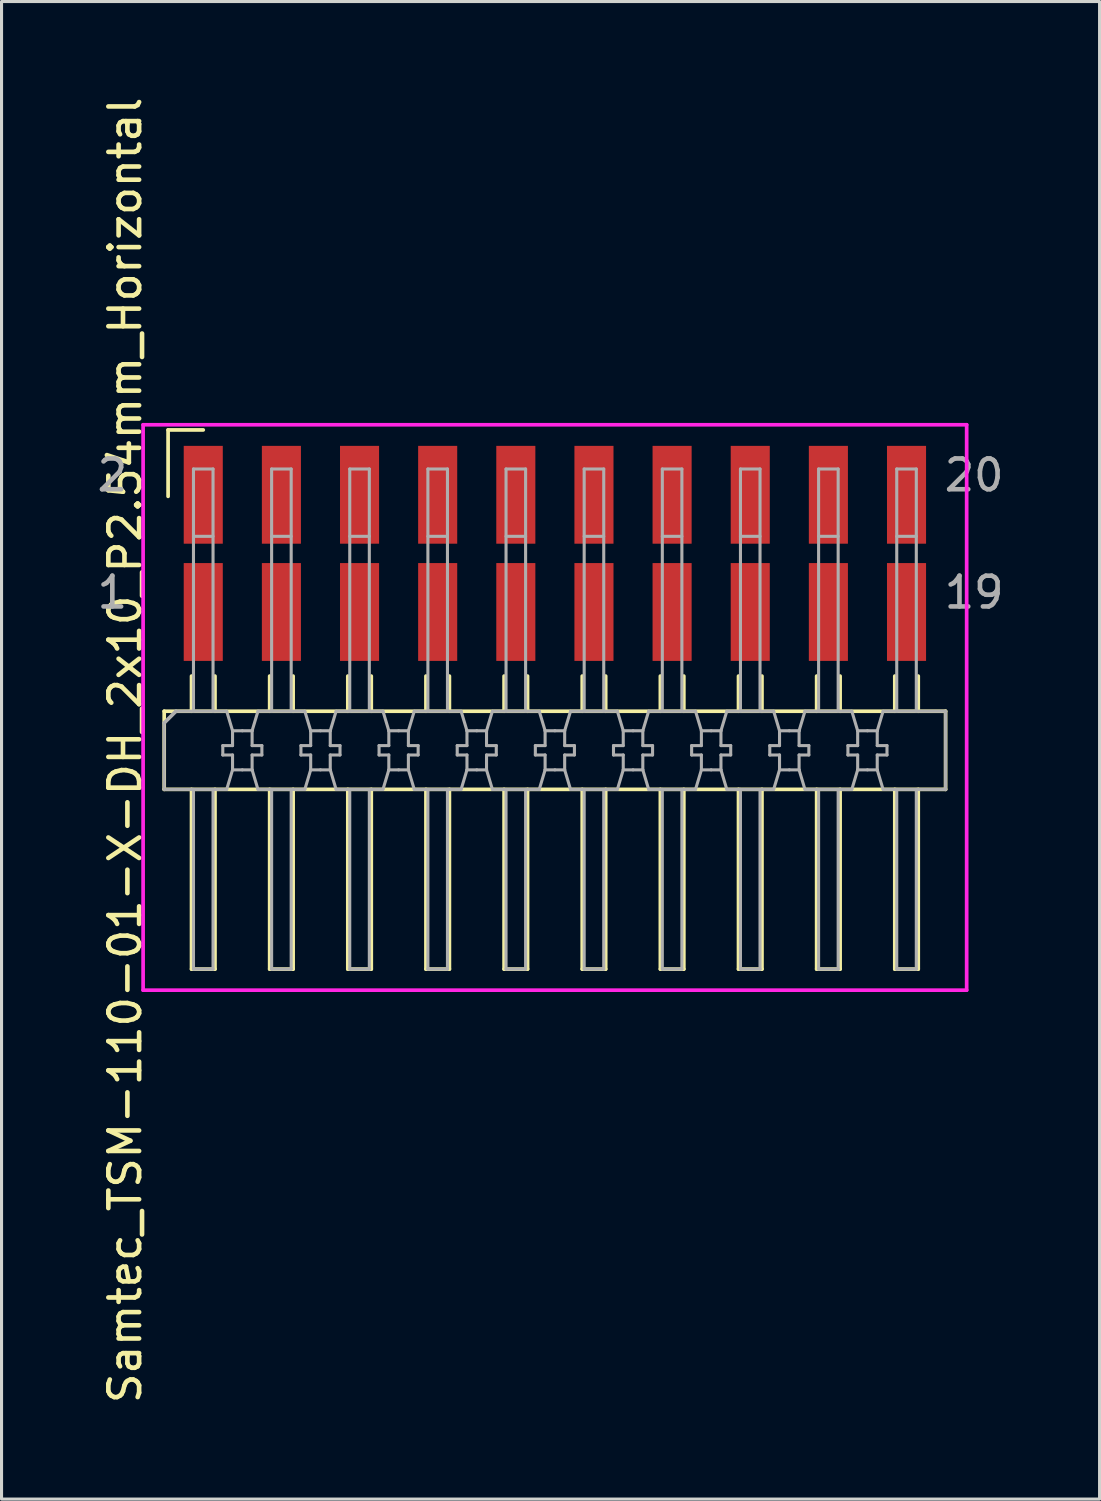
<source format=kicad_pcb>
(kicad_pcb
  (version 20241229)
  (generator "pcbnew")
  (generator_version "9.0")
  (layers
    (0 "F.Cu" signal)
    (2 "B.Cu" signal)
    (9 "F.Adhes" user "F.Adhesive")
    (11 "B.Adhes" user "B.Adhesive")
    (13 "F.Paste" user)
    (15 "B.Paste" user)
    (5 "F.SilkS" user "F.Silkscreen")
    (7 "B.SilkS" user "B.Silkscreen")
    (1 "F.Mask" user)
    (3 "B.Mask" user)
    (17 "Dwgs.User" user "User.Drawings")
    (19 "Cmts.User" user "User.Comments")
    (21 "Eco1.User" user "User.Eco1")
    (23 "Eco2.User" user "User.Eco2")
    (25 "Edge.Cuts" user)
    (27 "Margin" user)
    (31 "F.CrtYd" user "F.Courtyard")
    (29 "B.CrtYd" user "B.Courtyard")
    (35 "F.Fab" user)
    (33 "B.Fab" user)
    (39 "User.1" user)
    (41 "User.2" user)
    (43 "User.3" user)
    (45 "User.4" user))
  (footprint "Samtec_TSM-110-01-X-DH_2x10_P2.54mm_Horizontal"
    (layer "F.Cu")
    (at 14.987 21.339)
    (property "Reference" "Samtec_TSM-110-01-X-DH_2x10_P2.54mm_Horizontal" (at -13.97 0 90) (layer "F.SilkS") (effects (font (size 1 1) (thickness 0.15))))
    (attr through_hole)
    (fp_poly (pts (xy -12.116 -9.947) (xy -10.744 -9.947) (xy -10.744 -6.665) (xy -12.116 -6.665)) (stroke (width 0.01) (type solid)) (fill yes) (layer "F.Mask"))
    (fp_poly (pts (xy -12.116 -6.137) (xy -10.744 -6.137) (xy -10.744 -2.855) (xy -12.116 -2.855)) (stroke (width 0.01) (type solid)) (fill yes) (layer "F.Mask"))
    (fp_poly (pts (xy -9.576 -9.947) (xy -8.204 -9.947) (xy -8.204 -6.665) (xy -9.576 -6.665)) (stroke (width 0.01) (type solid)) (fill yes) (layer "F.Mask"))
    (fp_poly (pts (xy -9.576 -6.137) (xy -8.204 -6.137) (xy -8.204 -2.855) (xy -9.576 -2.855)) (stroke (width 0.01) (type solid)) (fill yes) (layer "F.Mask"))
    (fp_poly (pts (xy -7.036 -9.947) (xy -5.664 -9.947) (xy -5.664 -6.665) (xy -7.036 -6.665)) (stroke (width 0.01) (type solid)) (fill yes) (layer "F.Mask"))
    (fp_poly (pts (xy -7.036 -6.137) (xy -5.664 -6.137) (xy -5.664 -2.855) (xy -7.036 -2.855)) (stroke (width 0.01) (type solid)) (fill yes) (layer "F.Mask"))
    (fp_poly (pts (xy -4.496 -9.947) (xy -3.124 -9.947) (xy -3.124 -6.665) (xy -4.496 -6.665)) (stroke (width 0.01) (type solid)) (fill yes) (layer "F.Mask"))
    (fp_poly (pts (xy -4.496 -6.137) (xy -3.124 -6.137) (xy -3.124 -2.855) (xy -4.496 -2.855)) (stroke (width 0.01) (type solid)) (fill yes) (layer "F.Mask"))
    (fp_poly (pts (xy -1.956 -9.947) (xy -0.584 -9.947) (xy -0.584 -6.665) (xy -1.956 -6.665)) (stroke (width 0.01) (type solid)) (fill yes) (layer "F.Mask"))
    (fp_poly (pts (xy -1.956 -6.137) (xy -0.584 -6.137) (xy -0.584 -2.855) (xy -1.956 -2.855)) (stroke (width 0.01) (type solid)) (fill yes) (layer "F.Mask"))
    (fp_poly (pts (xy 0.584 -9.947) (xy 1.956 -9.947) (xy 1.956 -6.665) (xy 0.584 -6.665)) (stroke (width 0.01) (type solid)) (fill yes) (layer "F.Mask"))
    (fp_poly (pts (xy 0.584 -6.137) (xy 1.956 -6.137) (xy 1.956 -2.855) (xy 0.584 -2.855)) (stroke (width 0.01) (type solid)) (fill yes) (layer "F.Mask"))
    (fp_poly (pts (xy 3.124 -9.947) (xy 4.496 -9.947) (xy 4.496 -6.665) (xy 3.124 -6.665)) (stroke (width 0.01) (type solid)) (fill yes) (layer "F.Mask"))
    (fp_poly (pts (xy 3.124 -6.137) (xy 4.496 -6.137) (xy 4.496 -2.855) (xy 3.124 -2.855)) (stroke (width 0.01) (type solid)) (fill yes) (layer "F.Mask"))
    (fp_poly (pts (xy 5.664 -9.947) (xy 7.036 -9.947) (xy 7.036 -6.665) (xy 5.664 -6.665)) (stroke (width 0.01) (type solid)) (fill yes) (layer "F.Mask"))
    (fp_poly (pts (xy 5.664 -6.137) (xy 7.036 -6.137) (xy 7.036 -2.855) (xy 5.664 -2.855)) (stroke (width 0.01) (type solid)) (fill yes) (layer "F.Mask"))
    (fp_poly (pts (xy 8.204 -9.947) (xy 9.576 -9.947) (xy 9.576 -6.665) (xy 8.204 -6.665)) (stroke (width 0.01) (type solid)) (fill yes) (layer "F.Mask"))
    (fp_poly (pts (xy 8.204 -6.137) (xy 9.576 -6.137) (xy 9.576 -2.855) (xy 8.204 -2.855)) (stroke (width 0.01) (type solid)) (fill yes) (layer "F.Mask"))
    (fp_poly (pts (xy 10.744 -9.947) (xy 12.116 -9.947) (xy 12.116 -6.665) (xy 10.744 -6.665)) (stroke (width 0.01) (type solid)) (fill yes) (layer "F.Mask"))
    (fp_poly (pts (xy 10.744 -6.137) (xy 12.116 -6.137) (xy 12.116 -2.855) (xy 10.744 -2.855)) (stroke (width 0.01) (type solid)) (fill yes) (layer "F.Mask"))
    (fp_line (start -12.7 -1.27) (end 12.7 -1.27) (stroke (width 0.12) (type solid)) (layer "F.SilkS"))
    (fp_line (start -12.7 1.27) (end -12.7 -1.27) (stroke (width 0.12) (type solid)) (layer "F.SilkS"))
    (fp_line (start -12.573 -10.414) (end -12.573 -8.255) (stroke (width 0.12) (type solid)) (layer "F.SilkS"))
    (fp_line (start -11.811 -1.27) (end -11.811 -2.413) (stroke (width 0.12) (type solid)) (layer "F.SilkS"))
    (fp_line (start -11.811 1.27) (end -11.811 7.112) (stroke (width 0.12) (type solid)) (layer "F.SilkS"))
    (fp_line (start -11.811 7.112) (end -11.049 7.112) (stroke (width 0.12) (type solid)) (layer "F.SilkS"))
    (fp_line (start -11.43 -10.414) (end -12.573 -10.414) (stroke (width 0.12) (type solid)) (layer "F.SilkS"))
    (fp_line (start -11.049 -1.27) (end -11.049 -2.413) (stroke (width 0.12) (type solid)) (layer "F.SilkS"))
    (fp_line (start -11.049 7.112) (end -11.049 1.27) (stroke (width 0.12) (type solid)) (layer "F.SilkS"))
    (fp_line (start -9.271 -1.27) (end -9.271 -2.413) (stroke (width 0.12) (type solid)) (layer "F.SilkS"))
    (fp_line (start -9.271 1.27) (end -9.271 7.112) (stroke (width 0.12) (type solid)) (layer "F.SilkS"))
    (fp_line (start -9.271 7.112) (end -8.509 7.112) (stroke (width 0.12) (type solid)) (layer "F.SilkS"))
    (fp_line (start -8.509 -1.27) (end -8.509 -2.413) (stroke (width 0.12) (type solid)) (layer "F.SilkS"))
    (fp_line (start -8.509 7.112) (end -8.509 1.27) (stroke (width 0.12) (type solid)) (layer "F.SilkS"))
    (fp_line (start -6.731 -1.27) (end -6.731 -2.413) (stroke (width 0.12) (type solid)) (layer "F.SilkS"))
    (fp_line (start -6.731 1.27) (end -6.731 7.112) (stroke (width 0.12) (type solid)) (layer "F.SilkS"))
    (fp_line (start -6.731 7.112) (end -5.969 7.112) (stroke (width 0.12) (type solid)) (layer "F.SilkS"))
    (fp_line (start -5.969 -1.27) (end -5.969 -2.413) (stroke (width 0.12) (type solid)) (layer "F.SilkS"))
    (fp_line (start -5.969 7.112) (end -5.969 1.27) (stroke (width 0.12) (type solid)) (layer "F.SilkS"))
    (fp_line (start -4.191 -1.27) (end -4.191 -2.413) (stroke (width 0.12) (type solid)) (layer "F.SilkS"))
    (fp_line (start -4.191 1.27) (end -4.191 7.112) (stroke (width 0.12) (type solid)) (layer "F.SilkS"))
    (fp_line (start -4.191 7.112) (end -3.429 7.112) (stroke (width 0.12) (type solid)) (layer "F.SilkS"))
    (fp_line (start -3.429 -1.27) (end -3.429 -2.413) (stroke (width 0.12) (type solid)) (layer "F.SilkS"))
    (fp_line (start -3.429 7.112) (end -3.429 1.27) (stroke (width 0.12) (type solid)) (layer "F.SilkS"))
    (fp_line (start -1.651 -1.27) (end -1.651 -2.413) (stroke (width 0.12) (type solid)) (layer "F.SilkS"))
    (fp_line (start -1.651 1.27) (end -1.651 7.112) (stroke (width 0.12) (type solid)) (layer "F.SilkS"))
    (fp_line (start -1.651 7.112) (end -0.889 7.112) (stroke (width 0.12) (type solid)) (layer "F.SilkS"))
    (fp_line (start -0.889 -1.27) (end -0.889 -2.413) (stroke (width 0.12) (type solid)) (layer "F.SilkS"))
    (fp_line (start -0.889 7.112) (end -0.889 1.27) (stroke (width 0.12) (type solid)) (layer "F.SilkS"))
    (fp_line (start 0.889 -1.27) (end 0.889 -2.413) (stroke (width 0.12) (type solid)) (layer "F.SilkS"))
    (fp_line (start 0.889 1.27) (end 0.889 7.112) (stroke (width 0.12) (type solid)) (layer "F.SilkS"))
    (fp_line (start 0.889 7.112) (end 1.651 7.112) (stroke (width 0.12) (type solid)) (layer "F.SilkS"))
    (fp_line (start 1.651 -1.27) (end 1.651 -2.413) (stroke (width 0.12) (type solid)) (layer "F.SilkS"))
    (fp_line (start 1.651 7.112) (end 1.651 1.27) (stroke (width 0.12) (type solid)) (layer "F.SilkS"))
    (fp_line (start 3.429 -1.27) (end 3.429 -2.413) (stroke (width 0.12) (type solid)) (layer "F.SilkS"))
    (fp_line (start 3.429 1.27) (end 3.429 7.112) (stroke (width 0.12) (type solid)) (layer "F.SilkS"))
    (fp_line (start 3.429 7.112) (end 4.191 7.112) (stroke (width 0.12) (type solid)) (layer "F.SilkS"))
    (fp_line (start 4.191 -1.27) (end 4.191 -2.413) (stroke (width 0.12) (type solid)) (layer "F.SilkS"))
    (fp_line (start 4.191 7.112) (end 4.191 1.27) (stroke (width 0.12) (type solid)) (layer "F.SilkS"))
    (fp_line (start 5.969 -1.27) (end 5.969 -2.413) (stroke (width 0.12) (type solid)) (layer "F.SilkS"))
    (fp_line (start 5.969 1.27) (end 5.969 7.112) (stroke (width 0.12) (type solid)) (layer "F.SilkS"))
    (fp_line (start 5.969 7.112) (end 6.731 7.112) (stroke (width 0.12) (type solid)) (layer "F.SilkS"))
    (fp_line (start 6.731 -1.27) (end 6.731 -2.413) (stroke (width 0.12) (type solid)) (layer "F.SilkS"))
    (fp_line (start 6.731 7.112) (end 6.731 1.27) (stroke (width 0.12) (type solid)) (layer "F.SilkS"))
    (fp_line (start 8.509 -1.27) (end 8.509 -2.413) (stroke (width 0.12) (type solid)) (layer "F.SilkS"))
    (fp_line (start 8.509 1.27) (end 8.509 7.112) (stroke (width 0.12) (type solid)) (layer "F.SilkS"))
    (fp_line (start 8.509 7.112) (end 9.271 7.112) (stroke (width 0.12) (type solid)) (layer "F.SilkS"))
    (fp_line (start 9.271 -1.27) (end 9.271 -2.413) (stroke (width 0.12) (type solid)) (layer "F.SilkS"))
    (fp_line (start 9.271 7.112) (end 9.271 1.27) (stroke (width 0.12) (type solid)) (layer "F.SilkS"))
    (fp_line (start 11.049 -1.27) (end 11.049 -2.413) (stroke (width 0.12) (type solid)) (layer "F.SilkS"))
    (fp_line (start 11.049 1.27) (end 11.049 7.112) (stroke (width 0.12) (type solid)) (layer "F.SilkS"))
    (fp_line (start 11.049 7.112) (end 11.811 7.112) (stroke (width 0.12) (type solid)) (layer "F.SilkS"))
    (fp_line (start 11.811 -1.27) (end 11.811 -2.413) (stroke (width 0.12) (type solid)) (layer "F.SilkS"))
    (fp_line (start 11.811 7.112) (end 11.811 1.27) (stroke (width 0.12) (type solid)) (layer "F.SilkS"))
    (fp_line (start 12.7 -1.27) (end 12.7 1.27) (stroke (width 0.12) (type solid)) (layer "F.SilkS"))
    (fp_line (start 12.7 1.27) (end -12.7 1.27) (stroke (width 0.12) (type solid)) (layer "F.SilkS"))
    (fp_poly (pts (xy -12.065 -9.896) (xy -10.795 -9.896) (xy -10.795 -6.716) (xy -12.065 -6.716)) (stroke (width 0.01) (type solid)) (fill yes) (layer "F.Paste"))
    (fp_poly (pts (xy -12.065 -6.086) (xy -10.795 -6.086) (xy -10.795 -2.906) (xy -12.065 -2.906)) (stroke (width 0.01) (type solid)) (fill yes) (layer "F.Paste"))
    (fp_poly (pts (xy -9.525 -9.896) (xy -8.255 -9.896) (xy -8.255 -6.716) (xy -9.525 -6.716)) (stroke (width 0.01) (type solid)) (fill yes) (layer "F.Paste"))
    (fp_poly (pts (xy -9.525 -6.086) (xy -8.255 -6.086) (xy -8.255 -2.906) (xy -9.525 -2.906)) (stroke (width 0.01) (type solid)) (fill yes) (layer "F.Paste"))
    (fp_poly (pts (xy -6.985 -9.896) (xy -5.715 -9.896) (xy -5.715 -6.716) (xy -6.985 -6.716)) (stroke (width 0.01) (type solid)) (fill yes) (layer "F.Paste"))
    (fp_poly (pts (xy -6.985 -6.086) (xy -5.715 -6.086) (xy -5.715 -2.906) (xy -6.985 -2.906)) (stroke (width 0.01) (type solid)) (fill yes) (layer "F.Paste"))
    (fp_poly (pts (xy -4.445 -9.896) (xy -3.175 -9.896) (xy -3.175 -6.716) (xy -4.445 -6.716)) (stroke (width 0.01) (type solid)) (fill yes) (layer "F.Paste"))
    (fp_poly (pts (xy -4.445 -6.086) (xy -3.175 -6.086) (xy -3.175 -2.906) (xy -4.445 -2.906)) (stroke (width 0.01) (type solid)) (fill yes) (layer "F.Paste"))
    (fp_poly (pts (xy -1.905 -9.896) (xy -0.635 -9.896) (xy -0.635 -6.716) (xy -1.905 -6.716)) (stroke (width 0.01) (type solid)) (fill yes) (layer "F.Paste"))
    (fp_poly (pts (xy -1.905 -6.086) (xy -0.635 -6.086) (xy -0.635 -2.906) (xy -1.905 -2.906)) (stroke (width 0.01) (type solid)) (fill yes) (layer "F.Paste"))
    (fp_poly (pts (xy 0.635 -9.896) (xy 1.905 -9.896) (xy 1.905 -6.716) (xy 0.635 -6.716)) (stroke (width 0.01) (type solid)) (fill yes) (layer "F.Paste"))
    (fp_poly (pts (xy 0.635 -6.086) (xy 1.905 -6.086) (xy 1.905 -2.906) (xy 0.635 -2.906)) (stroke (width 0.01) (type solid)) (fill yes) (layer "F.Paste"))
    (fp_poly (pts (xy 3.175 -9.896) (xy 4.445 -9.896) (xy 4.445 -6.716) (xy 3.175 -6.716)) (stroke (width 0.01) (type solid)) (fill yes) (layer "F.Paste"))
    (fp_poly (pts (xy 3.175 -6.086) (xy 4.445 -6.086) (xy 4.445 -2.906) (xy 3.175 -2.906)) (stroke (width 0.01) (type solid)) (fill yes) (layer "F.Paste"))
    (fp_poly (pts (xy 5.715 -9.896) (xy 6.985 -9.896) (xy 6.985 -6.716) (xy 5.715 -6.716)) (stroke (width 0.01) (type solid)) (fill yes) (layer "F.Paste"))
    (fp_poly (pts (xy 5.715 -6.086) (xy 6.985 -6.086) (xy 6.985 -2.906) (xy 5.715 -2.906)) (stroke (width 0.01) (type solid)) (fill yes) (layer "F.Paste"))
    (fp_poly (pts (xy 8.255 -9.896) (xy 9.525 -9.896) (xy 9.525 -6.716) (xy 8.255 -6.716)) (stroke (width 0.01) (type solid)) (fill yes) (layer "F.Paste"))
    (fp_poly (pts (xy 8.255 -6.086) (xy 9.525 -6.086) (xy 9.525 -2.906) (xy 8.255 -2.906)) (stroke (width 0.01) (type solid)) (fill yes) (layer "F.Paste"))
    (fp_poly (pts (xy 10.795 -9.896) (xy 12.065 -9.896) (xy 12.065 -6.716) (xy 10.795 -6.716)) (stroke (width 0.01) (type solid)) (fill yes) (layer "F.Paste"))
    (fp_poly (pts (xy 10.795 -6.086) (xy 12.065 -6.086) (xy 12.065 -2.906) (xy 10.795 -2.906)) (stroke (width 0.01) (type solid)) (fill yes) (layer "F.Paste"))
    (fp_line (start -13.385 -10.582) (end -13.385 7.797) (stroke (width 0.12) (type solid)) (layer "F.CrtYd"))
    (fp_line (start -13.385 7.797) (end 13.385 7.797) (stroke (width 0.12) (type solid)) (layer "F.CrtYd"))
    (fp_line (start 13.385 -10.582) (end -13.385 -10.582) (stroke (width 0.12) (type solid)) (layer "F.CrtYd"))
    (fp_line (start 13.385 7.797) (end 13.385 -10.582) (stroke (width 0.12) (type solid)) (layer "F.CrtYd"))
    (fp_line (start -12.7 1.27) (end -12.7 -0.889) (stroke (width 0.1) (type solid)) (layer "F.Fab"))
    (fp_line (start -12.319 -1.27) (end -12.7 -0.889) (stroke (width 0.12) (type solid)) (layer "F.Fab"))
    (fp_line (start -11.748 -9.144) (end -11.748 -1.27) (stroke (width 0.1) (type solid)) (layer "F.Fab"))
    (fp_line (start -11.748 1.27) (end -11.748 7.112) (stroke (width 0.1) (type solid)) (layer "F.Fab"))
    (fp_line (start -11.112 -9.144) (end -11.748 -9.144) (stroke (width 0.1) (type solid)) (layer "F.Fab"))
    (fp_line (start -11.112 -9.144) (end -11.112 -1.27) (stroke (width 0.1) (type solid)) (layer "F.Fab"))
    (fp_line (start -11.112 -6.955) (end -11.748 -6.955) (stroke (width 0.1) (type solid)) (layer "F.Fab"))
    (fp_line (start -11.112 1.27) (end -11.112 7.112) (stroke (width 0.1) (type solid)) (layer "F.Fab"))
    (fp_line (start -11.112 7.112) (end -11.748 7.112) (stroke (width 0.1) (type solid)) (layer "F.Fab"))
    (fp_line (start -10.795 -0.153) (end -10.795 0.152) (stroke (width 0.1) (type solid)) (layer "F.Fab"))
    (fp_line (start -10.795 -0.153) (end -10.478 -0.153) (stroke (width 0.1) (type solid)) (layer "F.Fab"))
    (fp_line (start -10.668 -1.27) (end -12.319 -1.27) (stroke (width 0.1) (type solid)) (layer "F.Fab"))
    (fp_line (start -10.668 -1.27) (end -10.478 -0.635) (stroke (width 0.1) (type solid)) (layer "F.Fab"))
    (fp_line (start -10.668 1.27) (end -12.7 1.27) (stroke (width 0.1) (type solid)) (layer "F.Fab"))
    (fp_line (start -10.478 -0.635) (end -10.478 -0.153) (stroke (width 0.1) (type solid)) (layer "F.Fab"))
    (fp_line (start -10.478 0.152) (end -10.795 0.152) (stroke (width 0.1) (type solid)) (layer "F.Fab"))
    (fp_line (start -10.478 0.152) (end -10.478 0.635) (stroke (width 0.1) (type solid)) (layer "F.Fab"))
    (fp_line (start -10.478 0.635) (end -10.668 1.27) (stroke (width 0.1) (type solid)) (layer "F.Fab"))
    (fp_line (start -10.16 -0.635) (end -10.478 -0.635) (stroke (width 0.1) (type solid)) (layer "F.Fab"))
    (fp_line (start -10.16 -0.635) (end -9.842 -0.635) (stroke (width 0.1) (type solid)) (layer "F.Fab"))
    (fp_line (start -10.16 0.635) (end -10.478 0.635) (stroke (width 0.1) (type solid)) (layer "F.Fab"))
    (fp_line (start -10.16 0.635) (end -9.842 0.635) (stroke (width 0.1) (type solid)) (layer "F.Fab"))
    (fp_line (start -9.842 -0.635) (end -9.652 -1.27) (stroke (width 0.1) (type solid)) (layer "F.Fab"))
    (fp_line (start -9.842 -0.153) (end -9.842 -0.635) (stroke (width 0.1) (type solid)) (layer "F.Fab"))
    (fp_line (start -9.842 -0.153) (end -9.525 -0.153) (stroke (width 0.1) (type solid)) (layer "F.Fab"))
    (fp_line (start -9.842 0.635) (end -9.842 0.152) (stroke (width 0.1) (type solid)) (layer "F.Fab"))
    (fp_line (start -9.652 1.27) (end -9.842 0.635) (stroke (width 0.1) (type solid)) (layer "F.Fab"))
    (fp_line (start -9.525 0.152) (end -9.842 0.152) (stroke (width 0.1) (type solid)) (layer "F.Fab"))
    (fp_line (start -9.525 0.152) (end -9.525 -0.153) (stroke (width 0.1) (type solid)) (layer "F.Fab"))
    (fp_line (start -9.208 -9.144) (end -9.208 -1.27) (stroke (width 0.1) (type solid)) (layer "F.Fab"))
    (fp_line (start -9.208 1.27) (end -9.208 7.112) (stroke (width 0.1) (type solid)) (layer "F.Fab"))
    (fp_line (start -8.572 -9.144) (end -9.208 -9.144) (stroke (width 0.1) (type solid)) (layer "F.Fab"))
    (fp_line (start -8.572 -9.144) (end -8.572 -1.27) (stroke (width 0.1) (type solid)) (layer "F.Fab"))
    (fp_line (start -8.572 -6.955) (end -9.208 -6.955) (stroke (width 0.1) (type solid)) (layer "F.Fab"))
    (fp_line (start -8.572 1.27) (end -8.572 7.112) (stroke (width 0.1) (type solid)) (layer "F.Fab"))
    (fp_line (start -8.572 7.112) (end -9.208 7.112) (stroke (width 0.1) (type solid)) (layer "F.Fab"))
    (fp_line (start -8.255 -0.153) (end -8.255 0.152) (stroke (width 0.1) (type solid)) (layer "F.Fab"))
    (fp_line (start -8.255 -0.153) (end -7.938 -0.153) (stroke (width 0.1) (type solid)) (layer "F.Fab"))
    (fp_line (start -8.128 -1.27) (end -9.652 -1.27) (stroke (width 0.1) (type solid)) (layer "F.Fab"))
    (fp_line (start -8.128 -1.27) (end -7.938 -0.635) (stroke (width 0.1) (type solid)) (layer "F.Fab"))
    (fp_line (start -8.128 1.27) (end -9.652 1.27) (stroke (width 0.1) (type solid)) (layer "F.Fab"))
    (fp_line (start -8.128 1.27) (end -7.938 0.635) (stroke (width 0.1) (type solid)) (layer "F.Fab"))
    (fp_line (start -7.938 -0.635) (end -7.938 -0.153) (stroke (width 0.1) (type solid)) (layer "F.Fab"))
    (fp_line (start -7.938 0.152) (end -8.255 0.152) (stroke (width 0.1) (type solid)) (layer "F.Fab"))
    (fp_line (start -7.938 0.152) (end -7.938 0.635) (stroke (width 0.1) (type solid)) (layer "F.Fab"))
    (fp_line (start -7.62 -0.635) (end -7.938 -0.635) (stroke (width 0.1) (type solid)) (layer "F.Fab"))
    (fp_line (start -7.62 -0.635) (end -7.302 -0.635) (stroke (width 0.1) (type solid)) (layer "F.Fab"))
    (fp_line (start -7.62 0.635) (end -7.938 0.635) (stroke (width 0.1) (type solid)) (layer "F.Fab"))
    (fp_line (start -7.62 0.635) (end -7.302 0.635) (stroke (width 0.1) (type solid)) (layer "F.Fab"))
    (fp_line (start -7.302 -0.635) (end -7.112 -1.27) (stroke (width 0.1) (type solid)) (layer "F.Fab"))
    (fp_line (start -7.302 -0.153) (end -7.302 -0.635) (stroke (width 0.1) (type solid)) (layer "F.Fab"))
    (fp_line (start -7.302 -0.153) (end -6.985 -0.153) (stroke (width 0.1) (type solid)) (layer "F.Fab"))
    (fp_line (start -7.302 0.635) (end -7.302 0.152) (stroke (width 0.1) (type solid)) (layer "F.Fab"))
    (fp_line (start -7.112 1.27) (end -7.302 0.635) (stroke (width 0.1) (type solid)) (layer "F.Fab"))
    (fp_line (start -6.985 0.152) (end -7.302 0.152) (stroke (width 0.1) (type solid)) (layer "F.Fab"))
    (fp_line (start -6.985 0.152) (end -6.985 -0.153) (stroke (width 0.1) (type solid)) (layer "F.Fab"))
    (fp_line (start -6.668 -9.144) (end -6.668 -1.27) (stroke (width 0.1) (type solid)) (layer "F.Fab"))
    (fp_line (start -6.668 1.27) (end -6.668 7.112) (stroke (width 0.1) (type solid)) (layer "F.Fab"))
    (fp_line (start -6.032 -9.144) (end -6.668 -9.144) (stroke (width 0.1) (type solid)) (layer "F.Fab"))
    (fp_line (start -6.032 -9.144) (end -6.032 -1.27) (stroke (width 0.1) (type solid)) (layer "F.Fab"))
    (fp_line (start -6.032 -6.955) (end -6.668 -6.955) (stroke (width 0.1) (type solid)) (layer "F.Fab"))
    (fp_line (start -6.032 1.27) (end -6.032 7.112) (stroke (width 0.1) (type solid)) (layer "F.Fab"))
    (fp_line (start -6.032 7.112) (end -6.668 7.112) (stroke (width 0.1) (type solid)) (layer "F.Fab"))
    (fp_line (start -5.715 -0.153) (end -5.715 0.152) (stroke (width 0.1) (type solid)) (layer "F.Fab"))
    (fp_line (start -5.715 -0.153) (end -5.398 -0.153) (stroke (width 0.1) (type solid)) (layer "F.Fab"))
    (fp_line (start -5.588 -1.27) (end -7.112 -1.27) (stroke (width 0.1) (type solid)) (layer "F.Fab"))
    (fp_line (start -5.588 -1.27) (end -5.398 -0.635) (stroke (width 0.1) (type solid)) (layer "F.Fab"))
    (fp_line (start -5.588 1.27) (end -7.112 1.27) (stroke (width 0.1) (type solid)) (layer "F.Fab"))
    (fp_line (start -5.588 1.27) (end -5.398 0.635) (stroke (width 0.1) (type solid)) (layer "F.Fab"))
    (fp_line (start -5.398 -0.635) (end -5.398 -0.153) (stroke (width 0.1) (type solid)) (layer "F.Fab"))
    (fp_line (start -5.398 0.152) (end -5.715 0.152) (stroke (width 0.1) (type solid)) (layer "F.Fab"))
    (fp_line (start -5.398 0.152) (end -5.398 0.635) (stroke (width 0.1) (type solid)) (layer "F.Fab"))
    (fp_line (start -5.08 -0.635) (end -5.398 -0.635) (stroke (width 0.1) (type solid)) (layer "F.Fab"))
    (fp_line (start -5.08 -0.635) (end -4.762 -0.635) (stroke (width 0.1) (type solid)) (layer "F.Fab"))
    (fp_line (start -5.08 0.635) (end -5.398 0.635) (stroke (width 0.1) (type solid)) (layer "F.Fab"))
    (fp_line (start -5.08 0.635) (end -4.762 0.635) (stroke (width 0.1) (type solid)) (layer "F.Fab"))
    (fp_line (start -4.762 -0.635) (end -4.572 -1.27) (stroke (width 0.1) (type solid)) (layer "F.Fab"))
    (fp_line (start -4.762 -0.153) (end -4.762 -0.635) (stroke (width 0.1) (type solid)) (layer "F.Fab"))
    (fp_line (start -4.762 -0.153) (end -4.445 -0.153) (stroke (width 0.1) (type solid)) (layer "F.Fab"))
    (fp_line (start -4.762 0.635) (end -4.762 0.152) (stroke (width 0.1) (type solid)) (layer "F.Fab"))
    (fp_line (start -4.572 1.27) (end -4.762 0.635) (stroke (width 0.1) (type solid)) (layer "F.Fab"))
    (fp_line (start -4.445 0.152) (end -4.762 0.152) (stroke (width 0.1) (type solid)) (layer "F.Fab"))
    (fp_line (start -4.445 0.152) (end -4.445 -0.153) (stroke (width 0.1) (type solid)) (layer "F.Fab"))
    (fp_line (start -4.128 -9.144) (end -4.128 -1.27) (stroke (width 0.1) (type solid)) (layer "F.Fab"))
    (fp_line (start -4.128 1.27) (end -4.128 7.112) (stroke (width 0.1) (type solid)) (layer "F.Fab"))
    (fp_line (start -3.492 -9.144) (end -4.128 -9.144) (stroke (width 0.1) (type solid)) (layer "F.Fab"))
    (fp_line (start -3.492 -9.144) (end -3.492 -1.27) (stroke (width 0.1) (type solid)) (layer "F.Fab"))
    (fp_line (start -3.492 -6.955) (end -4.128 -6.955) (stroke (width 0.1) (type solid)) (layer "F.Fab"))
    (fp_line (start -3.492 1.27) (end -3.492 7.112) (stroke (width 0.1) (type solid)) (layer "F.Fab"))
    (fp_line (start -3.492 7.112) (end -4.128 7.112) (stroke (width 0.1) (type solid)) (layer "F.Fab"))
    (fp_line (start -3.175 -0.153) (end -3.175 0.152) (stroke (width 0.1) (type solid)) (layer "F.Fab"))
    (fp_line (start -3.175 -0.153) (end -2.858 -0.153) (stroke (width 0.1) (type solid)) (layer "F.Fab"))
    (fp_line (start -3.048 -1.27) (end -4.572 -1.27) (stroke (width 0.1) (type solid)) (layer "F.Fab"))
    (fp_line (start -3.048 -1.27) (end -2.858 -0.635) (stroke (width 0.1) (type solid)) (layer "F.Fab"))
    (fp_line (start -3.048 1.27) (end -4.572 1.27) (stroke (width 0.1) (type solid)) (layer "F.Fab"))
    (fp_line (start -3.048 1.27) (end -2.858 0.635) (stroke (width 0.1) (type solid)) (layer "F.Fab"))
    (fp_line (start -2.858 -0.635) (end -2.858 -0.153) (stroke (width 0.1) (type solid)) (layer "F.Fab"))
    (fp_line (start -2.858 0.152) (end -3.175 0.152) (stroke (width 0.1) (type solid)) (layer "F.Fab"))
    (fp_line (start -2.858 0.152) (end -2.858 0.635) (stroke (width 0.1) (type solid)) (layer "F.Fab"))
    (fp_line (start -2.54 -0.635) (end -2.858 -0.635) (stroke (width 0.1) (type solid)) (layer "F.Fab"))
    (fp_line (start -2.54 -0.635) (end -2.222 -0.635) (stroke (width 0.1) (type solid)) (layer "F.Fab"))
    (fp_line (start -2.54 0.635) (end -2.858 0.635) (stroke (width 0.1) (type solid)) (layer "F.Fab"))
    (fp_line (start -2.54 0.635) (end -2.222 0.635) (stroke (width 0.1) (type solid)) (layer "F.Fab"))
    (fp_line (start -2.222 -0.635) (end -2.032 -1.27) (stroke (width 0.1) (type solid)) (layer "F.Fab"))
    (fp_line (start -2.222 -0.153) (end -2.222 -0.635) (stroke (width 0.1) (type solid)) (layer "F.Fab"))
    (fp_line (start -2.222 -0.153) (end -1.905 -0.153) (stroke (width 0.1) (type solid)) (layer "F.Fab"))
    (fp_line (start -2.222 0.635) (end -2.222 0.152) (stroke (width 0.1) (type solid)) (layer "F.Fab"))
    (fp_line (start -2.032 1.27) (end -2.222 0.635) (stroke (width 0.1) (type solid)) (layer "F.Fab"))
    (fp_line (start -1.905 0.152) (end -2.222 0.152) (stroke (width 0.1) (type solid)) (layer "F.Fab"))
    (fp_line (start -1.905 0.152) (end -1.905 -0.153) (stroke (width 0.1) (type solid)) (layer "F.Fab"))
    (fp_line (start -1.588 -9.144) (end -1.588 -1.27) (stroke (width 0.1) (type solid)) (layer "F.Fab"))
    (fp_line (start -1.588 1.27) (end -1.588 7.112) (stroke (width 0.1) (type solid)) (layer "F.Fab"))
    (fp_line (start -0.952 -9.144) (end -1.588 -9.144) (stroke (width 0.1) (type solid)) (layer "F.Fab"))
    (fp_line (start -0.952 -9.144) (end -0.952 -1.27) (stroke (width 0.1) (type solid)) (layer "F.Fab"))
    (fp_line (start -0.952 -6.955) (end -1.588 -6.955) (stroke (width 0.1) (type solid)) (layer "F.Fab"))
    (fp_line (start -0.952 1.27) (end -0.952 7.112) (stroke (width 0.1) (type solid)) (layer "F.Fab"))
    (fp_line (start -0.952 7.112) (end -1.588 7.112) (stroke (width 0.1) (type solid)) (layer "F.Fab"))
    (fp_line (start -0.635 -0.153) (end -0.635 0.152) (stroke (width 0.1) (type solid)) (layer "F.Fab"))
    (fp_line (start -0.635 -0.153) (end -0.318 -0.153) (stroke (width 0.1) (type solid)) (layer "F.Fab"))
    (fp_line (start -0.508 -1.27) (end -2.032 -1.27) (stroke (width 0.1) (type solid)) (layer "F.Fab"))
    (fp_line (start -0.508 -1.27) (end -0.318 -0.635) (stroke (width 0.1) (type solid)) (layer "F.Fab"))
    (fp_line (start -0.508 1.27) (end -2.032 1.27) (stroke (width 0.1) (type solid)) (layer "F.Fab"))
    (fp_line (start -0.508 1.27) (end -0.318 0.635) (stroke (width 0.1) (type solid)) (layer "F.Fab"))
    (fp_line (start -0.318 -0.635) (end -0.318 -0.153) (stroke (width 0.1) (type solid)) (layer "F.Fab"))
    (fp_line (start -0.318 0.152) (end -0.635 0.152) (stroke (width 0.1) (type solid)) (layer "F.Fab"))
    (fp_line (start -0.318 0.152) (end -0.318 0.635) (stroke (width 0.1) (type solid)) (layer "F.Fab"))
    (fp_line (start 0 -0.635) (end -0.318 -0.635) (stroke (width 0.1) (type solid)) (layer "F.Fab"))
    (fp_line (start 0 -0.635) (end 0.318 -0.635) (stroke (width 0.1) (type solid)) (layer "F.Fab"))
    (fp_line (start 0 0.635) (end -0.318 0.635) (stroke (width 0.1) (type solid)) (layer "F.Fab"))
    (fp_line (start 0 0.635) (end 0.318 0.635) (stroke (width 0.1) (type solid)) (layer "F.Fab"))
    (fp_line (start 0.318 -0.635) (end 0.508 -1.27) (stroke (width 0.1) (type solid)) (layer "F.Fab"))
    (fp_line (start 0.318 -0.153) (end 0.318 -0.635) (stroke (width 0.1) (type solid)) (layer "F.Fab"))
    (fp_line (start 0.318 -0.153) (end 0.635 -0.153) (stroke (width 0.1) (type solid)) (layer "F.Fab"))
    (fp_line (start 0.318 0.635) (end 0.318 0.152) (stroke (width 0.1) (type solid)) (layer "F.Fab"))
    (fp_line (start 0.508 1.27) (end 0.318 0.635) (stroke (width 0.1) (type solid)) (layer "F.Fab"))
    (fp_line (start 0.635 0.152) (end 0.318 0.152) (stroke (width 0.1) (type solid)) (layer "F.Fab"))
    (fp_line (start 0.635 0.152) (end 0.635 -0.153) (stroke (width 0.1) (type solid)) (layer "F.Fab"))
    (fp_line (start 0.952 -9.144) (end 0.952 -1.27) (stroke (width 0.1) (type solid)) (layer "F.Fab"))
    (fp_line (start 0.952 1.27) (end 0.952 7.112) (stroke (width 0.1) (type solid)) (layer "F.Fab"))
    (fp_line (start 1.588 -9.144) (end 0.952 -9.144) (stroke (width 0.1) (type solid)) (layer "F.Fab"))
    (fp_line (start 1.588 -9.144) (end 1.588 -1.27) (stroke (width 0.1) (type solid)) (layer "F.Fab"))
    (fp_line (start 1.588 -6.955) (end 0.952 -6.955) (stroke (width 0.1) (type solid)) (layer "F.Fab"))
    (fp_line (start 1.588 1.27) (end 1.588 7.112) (stroke (width 0.1) (type solid)) (layer "F.Fab"))
    (fp_line (start 1.588 7.112) (end 0.952 7.112) (stroke (width 0.1) (type solid)) (layer "F.Fab"))
    (fp_line (start 1.905 -0.153) (end 1.905 0.152) (stroke (width 0.1) (type solid)) (layer "F.Fab"))
    (fp_line (start 1.905 -0.153) (end 2.222 -0.153) (stroke (width 0.1) (type solid)) (layer "F.Fab"))
    (fp_line (start 2.032 -1.27) (end 0.508 -1.27) (stroke (width 0.1) (type solid)) (layer "F.Fab"))
    (fp_line (start 2.032 -1.27) (end 2.222 -0.635) (stroke (width 0.1) (type solid)) (layer "F.Fab"))
    (fp_line (start 2.032 1.27) (end 0.508 1.27) (stroke (width 0.1) (type solid)) (layer "F.Fab"))
    (fp_line (start 2.032 1.27) (end 2.222 0.635) (stroke (width 0.1) (type solid)) (layer "F.Fab"))
    (fp_line (start 2.222 -0.635) (end 2.222 -0.153) (stroke (width 0.1) (type solid)) (layer "F.Fab"))
    (fp_line (start 2.222 0.152) (end 1.905 0.152) (stroke (width 0.1) (type solid)) (layer "F.Fab"))
    (fp_line (start 2.222 0.152) (end 2.222 0.635) (stroke (width 0.1) (type solid)) (layer "F.Fab"))
    (fp_line (start 2.54 -0.635) (end 2.222 -0.635) (stroke (width 0.1) (type solid)) (layer "F.Fab"))
    (fp_line (start 2.54 -0.635) (end 2.858 -0.635) (stroke (width 0.1) (type solid)) (layer "F.Fab"))
    (fp_line (start 2.54 0.635) (end 2.222 0.635) (stroke (width 0.1) (type solid)) (layer "F.Fab"))
    (fp_line (start 2.54 0.635) (end 2.858 0.635) (stroke (width 0.1) (type solid)) (layer "F.Fab"))
    (fp_line (start 2.858 -0.635) (end 3.048 -1.27) (stroke (width 0.1) (type solid)) (layer "F.Fab"))
    (fp_line (start 2.858 -0.153) (end 2.858 -0.635) (stroke (width 0.1) (type solid)) (layer "F.Fab"))
    (fp_line (start 2.858 -0.153) (end 3.175 -0.153) (stroke (width 0.1) (type solid)) (layer "F.Fab"))
    (fp_line (start 2.858 0.635) (end 2.858 0.152) (stroke (width 0.1) (type solid)) (layer "F.Fab"))
    (fp_line (start 3.048 1.27) (end 2.858 0.635) (stroke (width 0.1) (type solid)) (layer "F.Fab"))
    (fp_line (start 3.175 0.152) (end 2.858 0.152) (stroke (width 0.1) (type solid)) (layer "F.Fab"))
    (fp_line (start 3.175 0.152) (end 3.175 -0.153) (stroke (width 0.1) (type solid)) (layer "F.Fab"))
    (fp_line (start 3.492 -9.144) (end 3.492 -1.27) (stroke (width 0.1) (type solid)) (layer "F.Fab"))
    (fp_line (start 3.492 1.27) (end 3.492 7.112) (stroke (width 0.1) (type solid)) (layer "F.Fab"))
    (fp_line (start 4.128 -9.144) (end 3.492 -9.144) (stroke (width 0.1) (type solid)) (layer "F.Fab"))
    (fp_line (start 4.128 -9.144) (end 4.128 -1.27) (stroke (width 0.1) (type solid)) (layer "F.Fab"))
    (fp_line (start 4.128 -6.955) (end 3.492 -6.955) (stroke (width 0.1) (type solid)) (layer "F.Fab"))
    (fp_line (start 4.128 1.27) (end 4.128 7.112) (stroke (width 0.1) (type solid)) (layer "F.Fab"))
    (fp_line (start 4.128 7.112) (end 3.492 7.112) (stroke (width 0.1) (type solid)) (layer "F.Fab"))
    (fp_line (start 4.445 -0.153) (end 4.445 0.152) (stroke (width 0.1) (type solid)) (layer "F.Fab"))
    (fp_line (start 4.445 -0.153) (end 4.762 -0.153) (stroke (width 0.1) (type solid)) (layer "F.Fab"))
    (fp_line (start 4.572 -1.27) (end 3.048 -1.27) (stroke (width 0.1) (type solid)) (layer "F.Fab"))
    (fp_line (start 4.572 -1.27) (end 4.762 -0.635) (stroke (width 0.1) (type solid)) (layer "F.Fab"))
    (fp_line (start 4.572 1.27) (end 3.048 1.27) (stroke (width 0.1) (type solid)) (layer "F.Fab"))
    (fp_line (start 4.572 1.27) (end 4.762 0.635) (stroke (width 0.1) (type solid)) (layer "F.Fab"))
    (fp_line (start 4.762 -0.635) (end 4.762 -0.153) (stroke (width 0.1) (type solid)) (layer "F.Fab"))
    (fp_line (start 4.762 0.152) (end 4.445 0.152) (stroke (width 0.1) (type solid)) (layer "F.Fab"))
    (fp_line (start 4.762 0.152) (end 4.762 0.635) (stroke (width 0.1) (type solid)) (layer "F.Fab"))
    (fp_line (start 5.08 -0.635) (end 4.762 -0.635) (stroke (width 0.1) (type solid)) (layer "F.Fab"))
    (fp_line (start 5.08 -0.635) (end 5.398 -0.635) (stroke (width 0.1) (type solid)) (layer "F.Fab"))
    (fp_line (start 5.08 0.635) (end 4.762 0.635) (stroke (width 0.1) (type solid)) (layer "F.Fab"))
    (fp_line (start 5.08 0.635) (end 5.398 0.635) (stroke (width 0.1) (type solid)) (layer "F.Fab"))
    (fp_line (start 5.398 -0.635) (end 5.588 -1.27) (stroke (width 0.1) (type solid)) (layer "F.Fab"))
    (fp_line (start 5.398 -0.153) (end 5.398 -0.635) (stroke (width 0.1) (type solid)) (layer "F.Fab"))
    (fp_line (start 5.398 -0.153) (end 5.715 -0.153) (stroke (width 0.1) (type solid)) (layer "F.Fab"))
    (fp_line (start 5.398 0.635) (end 5.398 0.152) (stroke (width 0.1) (type solid)) (layer "F.Fab"))
    (fp_line (start 5.588 1.27) (end 5.398 0.635) (stroke (width 0.1) (type solid)) (layer "F.Fab"))
    (fp_line (start 5.715 0.152) (end 5.398 0.152) (stroke (width 0.1) (type solid)) (layer "F.Fab"))
    (fp_line (start 5.715 0.152) (end 5.715 -0.153) (stroke (width 0.1) (type solid)) (layer "F.Fab"))
    (fp_line (start 6.032 -9.144) (end 6.032 -1.27) (stroke (width 0.1) (type solid)) (layer "F.Fab"))
    (fp_line (start 6.032 1.27) (end 6.032 7.112) (stroke (width 0.1) (type solid)) (layer "F.Fab"))
    (fp_line (start 6.668 -9.144) (end 6.032 -9.144) (stroke (width 0.1) (type solid)) (layer "F.Fab"))
    (fp_line (start 6.668 -9.144) (end 6.668 -1.27) (stroke (width 0.1) (type solid)) (layer "F.Fab"))
    (fp_line (start 6.668 -6.955) (end 6.032 -6.955) (stroke (width 0.1) (type solid)) (layer "F.Fab"))
    (fp_line (start 6.668 1.27) (end 6.668 7.112) (stroke (width 0.1) (type solid)) (layer "F.Fab"))
    (fp_line (start 6.668 7.112) (end 6.032 7.112) (stroke (width 0.1) (type solid)) (layer "F.Fab"))
    (fp_line (start 6.985 -0.153) (end 6.985 0.152) (stroke (width 0.1) (type solid)) (layer "F.Fab"))
    (fp_line (start 6.985 -0.153) (end 7.302 -0.153) (stroke (width 0.1) (type solid)) (layer "F.Fab"))
    (fp_line (start 7.112 -1.27) (end 5.588 -1.27) (stroke (width 0.1) (type solid)) (layer "F.Fab"))
    (fp_line (start 7.112 -1.27) (end 7.302 -0.635) (stroke (width 0.1) (type solid)) (layer "F.Fab"))
    (fp_line (start 7.112 1.27) (end 5.588 1.27) (stroke (width 0.1) (type solid)) (layer "F.Fab"))
    (fp_line (start 7.112 1.27) (end 7.302 0.635) (stroke (width 0.1) (type solid)) (layer "F.Fab"))
    (fp_line (start 7.302 -0.635) (end 7.302 -0.153) (stroke (width 0.1) (type solid)) (layer "F.Fab"))
    (fp_line (start 7.302 0.152) (end 6.985 0.152) (stroke (width 0.1) (type solid)) (layer "F.Fab"))
    (fp_line (start 7.302 0.152) (end 7.302 0.635) (stroke (width 0.1) (type solid)) (layer "F.Fab"))
    (fp_line (start 7.62 -0.635) (end 7.302 -0.635) (stroke (width 0.1) (type solid)) (layer "F.Fab"))
    (fp_line (start 7.62 -0.635) (end 7.938 -0.635) (stroke (width 0.1) (type solid)) (layer "F.Fab"))
    (fp_line (start 7.62 0.635) (end 7.302 0.635) (stroke (width 0.1) (type solid)) (layer "F.Fab"))
    (fp_line (start 7.62 0.635) (end 7.938 0.635) (stroke (width 0.1) (type solid)) (layer "F.Fab"))
    (fp_line (start 7.938 -0.635) (end 8.128 -1.27) (stroke (width 0.1) (type solid)) (layer "F.Fab"))
    (fp_line (start 7.938 -0.153) (end 7.938 -0.635) (stroke (width 0.1) (type solid)) (layer "F.Fab"))
    (fp_line (start 7.938 -0.153) (end 8.255 -0.153) (stroke (width 0.1) (type solid)) (layer "F.Fab"))
    (fp_line (start 7.938 0.635) (end 7.938 0.152) (stroke (width 0.1) (type solid)) (layer "F.Fab"))
    (fp_line (start 8.128 1.27) (end 7.938 0.635) (stroke (width 0.1) (type solid)) (layer "F.Fab"))
    (fp_line (start 8.255 0.152) (end 7.938 0.152) (stroke (width 0.1) (type solid)) (layer "F.Fab"))
    (fp_line (start 8.255 0.152) (end 8.255 -0.153) (stroke (width 0.1) (type solid)) (layer "F.Fab"))
    (fp_line (start 8.572 -9.144) (end 8.572 -1.27) (stroke (width 0.1) (type solid)) (layer "F.Fab"))
    (fp_line (start 8.572 1.27) (end 8.572 7.112) (stroke (width 0.1) (type solid)) (layer "F.Fab"))
    (fp_line (start 9.208 -9.144) (end 8.572 -9.144) (stroke (width 0.1) (type solid)) (layer "F.Fab"))
    (fp_line (start 9.208 -9.144) (end 9.208 -1.27) (stroke (width 0.1) (type solid)) (layer "F.Fab"))
    (fp_line (start 9.208 -6.955) (end 8.572 -6.955) (stroke (width 0.1) (type solid)) (layer "F.Fab"))
    (fp_line (start 9.208 1.27) (end 9.208 7.112) (stroke (width 0.1) (type solid)) (layer "F.Fab"))
    (fp_line (start 9.208 7.112) (end 8.572 7.112) (stroke (width 0.1) (type solid)) (layer "F.Fab"))
    (fp_line (start 9.525 -0.153) (end 9.525 0.152) (stroke (width 0.1) (type solid)) (layer "F.Fab"))
    (fp_line (start 9.525 -0.153) (end 9.842 -0.153) (stroke (width 0.1) (type solid)) (layer "F.Fab"))
    (fp_line (start 9.652 -1.27) (end 8.128 -1.27) (stroke (width 0.1) (type solid)) (layer "F.Fab"))
    (fp_line (start 9.652 -1.27) (end 9.842 -0.635) (stroke (width 0.1) (type solid)) (layer "F.Fab"))
    (fp_line (start 9.652 1.27) (end 8.128 1.27) (stroke (width 0.1) (type solid)) (layer "F.Fab"))
    (fp_line (start 9.652 1.27) (end 9.842 0.635) (stroke (width 0.1) (type solid)) (layer "F.Fab"))
    (fp_line (start 9.842 -0.635) (end 9.842 -0.153) (stroke (width 0.1) (type solid)) (layer "F.Fab"))
    (fp_line (start 9.842 0.152) (end 9.525 0.152) (stroke (width 0.1) (type solid)) (layer "F.Fab"))
    (fp_line (start 9.842 0.152) (end 9.842 0.635) (stroke (width 0.1) (type solid)) (layer "F.Fab"))
    (fp_line (start 10.16 -0.635) (end 9.842 -0.635) (stroke (width 0.1) (type solid)) (layer "F.Fab"))
    (fp_line (start 10.16 0.635) (end 9.842 0.635) (stroke (width 0.1) (type solid)) (layer "F.Fab"))
    (fp_line (start 10.478 -0.635) (end 10.16 -0.635) (stroke (width 0.1) (type solid)) (layer "F.Fab"))
    (fp_line (start 10.478 -0.635) (end 10.668 -1.27) (stroke (width 0.1) (type solid)) (layer "F.Fab"))
    (fp_line (start 10.478 -0.153) (end 10.478 -0.635) (stroke (width 0.1) (type solid)) (layer "F.Fab"))
    (fp_line (start 10.478 -0.153) (end 10.795 -0.153) (stroke (width 0.1) (type solid)) (layer "F.Fab"))
    (fp_line (start 10.478 0.635) (end 10.16 0.635) (stroke (width 0.1) (type solid)) (layer "F.Fab"))
    (fp_line (start 10.478 0.635) (end 10.478 0.152) (stroke (width 0.1) (type solid)) (layer "F.Fab"))
    (fp_line (start 10.668 1.27) (end 10.478 0.635) (stroke (width 0.1) (type solid)) (layer "F.Fab"))
    (fp_line (start 10.795 0.152) (end 10.478 0.152) (stroke (width 0.1) (type solid)) (layer "F.Fab"))
    (fp_line (start 10.795 0.152) (end 10.795 -0.153) (stroke (width 0.1) (type solid)) (layer "F.Fab"))
    (fp_line (start 11.112 -9.144) (end 11.112 -1.27) (stroke (width 0.1) (type solid)) (layer "F.Fab"))
    (fp_line (start 11.112 1.27) (end 11.112 7.112) (stroke (width 0.1) (type solid)) (layer "F.Fab"))
    (fp_line (start 11.748 -9.144) (end 11.112 -9.144) (stroke (width 0.1) (type solid)) (layer "F.Fab"))
    (fp_line (start 11.748 -9.144) (end 11.748 -1.27) (stroke (width 0.1) (type solid)) (layer "F.Fab"))
    (fp_line (start 11.748 -6.955) (end 11.112 -6.955) (stroke (width 0.1) (type solid)) (layer "F.Fab"))
    (fp_line (start 11.748 1.27) (end 11.748 7.112) (stroke (width 0.1) (type solid)) (layer "F.Fab"))
    (fp_line (start 11.748 7.112) (end 11.112 7.112) (stroke (width 0.1) (type solid)) (layer "F.Fab"))
    (fp_line (start 12.7 -1.27) (end 10.668 -1.27) (stroke (width 0.1) (type solid)) (layer "F.Fab"))
    (fp_line (start 12.7 1.27) (end 10.668 1.27) (stroke (width 0.1) (type solid)) (layer "F.Fab"))
    (fp_line (start 12.7 1.27) (end 12.7 -1.27) (stroke (width 0.1) (type solid)) (layer "F.Fab"))
    (fp_text user "2" (at -14.386 -8.941 0) (layer "F.Fab") (effects (font (size 1 1) (thickness 0.15))))
    (fp_text user "20" (at 13.627 -8.941 0) (layer "F.Fab") (effects (font (size 1 1) (thickness 0.15))))
    (fp_text user "1" (at -14.386 -5.131 0) (layer "F.Fab") (effects (font (size 1 1) (thickness 0.15))))
    (fp_text user "19" (at 13.627 -5.131 0) (layer "F.Fab") (effects (font (size 1 1) (thickness 0.15))))
    (pad "1" smd rect (at -11.43 -4.496) (size 1.27 3.18) (layers "F.Cu" "F.Paste"))
    (pad "2" smd rect (at -11.43 -8.306) (size 1.27 3.18) (layers "F.Cu" "F.Paste"))
    (pad "3" smd rect (at -8.89 -4.496) (size 1.27 3.18) (layers "F.Cu" "F.Paste"))
    (pad "4" smd rect (at -8.89 -8.306) (size 1.27 3.18) (layers "F.Cu" "F.Paste"))
    (pad "5" smd rect (at -6.35 -4.496) (size 1.27 3.18) (layers "F.Cu" "F.Paste"))
    (pad "6" smd rect (at -6.35 -8.306) (size 1.27 3.18) (layers "F.Cu" "F.Paste"))
    (pad "7" smd rect (at -3.81 -4.496) (size 1.27 3.18) (layers "F.Cu" "F.Paste"))
    (pad "8" smd rect (at -3.81 -8.306) (size 1.27 3.18) (layers "F.Cu" "F.Paste"))
    (pad "9" smd rect (at -1.27 -4.496) (size 1.27 3.18) (layers "F.Cu" "F.Paste"))
    (pad "10" smd rect (at -1.27 -8.306) (size 1.27 3.18) (layers "F.Cu" "F.Paste"))
    (pad "11" smd rect (at 1.27 -4.496) (size 1.27 3.18) (layers "F.Cu" "F.Paste"))
    (pad "12" smd rect (at 1.27 -8.306) (size 1.27 3.18) (layers "F.Cu" "F.Paste"))
    (pad "13" smd rect (at 3.81 -4.496) (size 1.27 3.18) (layers "F.Cu" "F.Paste"))
    (pad "14" smd rect (at 3.81 -8.306) (size 1.27 3.18) (layers "F.Cu" "F.Paste"))
    (pad "15" smd rect (at 6.35 -4.496) (size 1.27 3.18) (layers "F.Cu" "F.Paste"))
    (pad "16" smd rect (at 6.35 -8.306) (size 1.27 3.18) (layers "F.Cu" "F.Paste"))
    (pad "17" smd rect (at 8.89 -4.496) (size 1.27 3.18) (layers "F.Cu" "F.Paste"))
    (pad "18" smd rect (at 8.89 -8.306) (size 1.27 3.18) (layers "F.Cu" "F.Paste"))
    (pad "19" smd rect (at 11.43 -4.496) (size 1.27 3.18) (layers "F.Cu" "F.Paste"))
    (pad "20" smd rect (at 11.43 -8.306) (size 1.27 3.18) (layers "F.Cu" "F.Paste")))
  (gr_rect
    (start -3 -3)
    (end 32.692 45.679)
    (stroke (width 0.1) (type default))
    (fill no)
    (layer "Edge.Cuts")))
</source>
